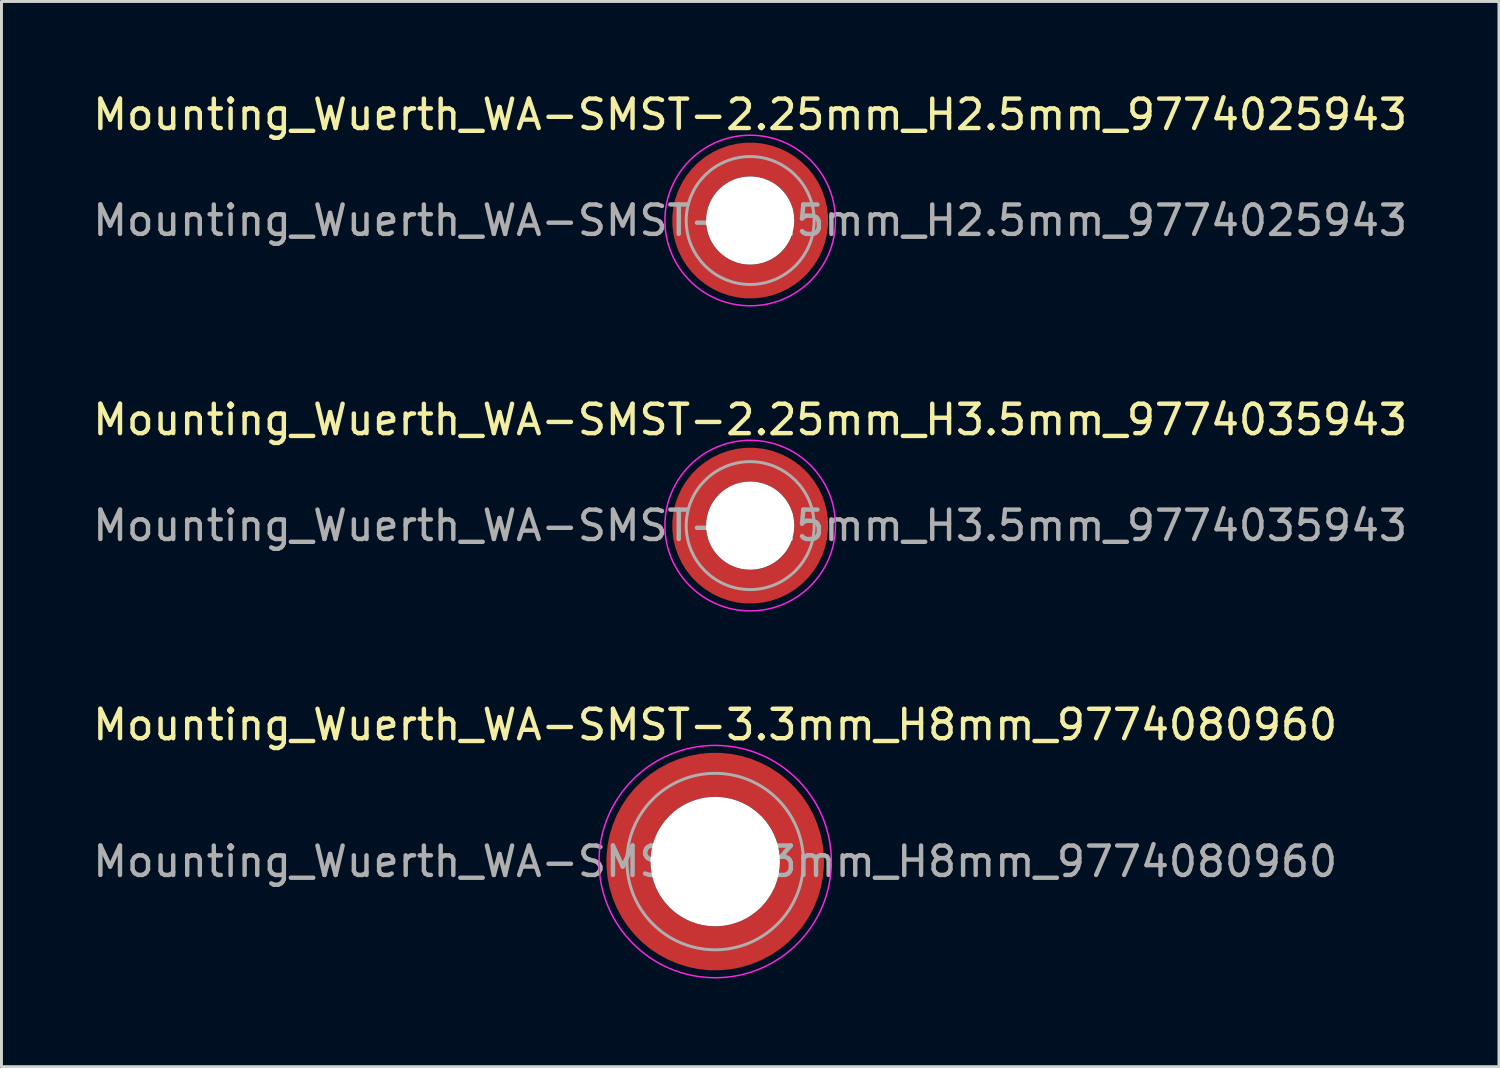
<source format=kicad_pcb>
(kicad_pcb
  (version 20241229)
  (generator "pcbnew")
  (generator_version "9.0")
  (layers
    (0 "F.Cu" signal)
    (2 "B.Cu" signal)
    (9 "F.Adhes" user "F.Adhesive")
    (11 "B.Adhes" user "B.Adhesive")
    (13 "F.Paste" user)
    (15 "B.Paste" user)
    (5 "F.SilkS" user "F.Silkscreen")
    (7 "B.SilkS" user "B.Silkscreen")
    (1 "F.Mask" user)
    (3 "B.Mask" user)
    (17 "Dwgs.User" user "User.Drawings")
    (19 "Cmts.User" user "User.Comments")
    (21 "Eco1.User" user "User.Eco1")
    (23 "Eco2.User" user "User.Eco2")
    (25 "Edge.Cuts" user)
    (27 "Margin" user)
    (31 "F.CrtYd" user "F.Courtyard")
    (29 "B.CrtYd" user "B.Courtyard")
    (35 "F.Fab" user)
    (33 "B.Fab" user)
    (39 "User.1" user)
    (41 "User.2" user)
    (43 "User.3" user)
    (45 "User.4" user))
  (footprint "Mounting_Wuerth_WA-SMST-2.25mm_H3.5mm_9774035943"
    (layer "F.Cu")
    (at 22.458 14.822)
    (property "Reference" "Mounting_Wuerth_WA-SMST-2.25mm_H3.5mm_9774035943" (at 0 -3.6 0) (layer "F.SilkS") (effects (font (size 1 1) (thickness 0.15))))
    (attr smd allow_soldermask_bridges)
    (fp_circle (center 0 0) (end 2.9 0) (stroke (width 0.05) (type solid)) (fill no) (layer "F.CrtYd"))
    (fp_circle (center 0 0) (end 2.175 0) (stroke (width 0.1) (type solid)) (fill no) (layer "F.Fab"))
    (fp_text user "${REFERENCE}" (at 0 0 0) (layer "F.Fab") (effects (font (size 1 1) (thickness 0.15))))
    (pad "" smd custom (at -1.453 -1.453) (size 0.505 0.505) (layers "F.Paste") (options (anchor circle)) (primitives (gr_arc (start -0.147677 1.053104) (mid 0.286378 0.286378) (end 1.053104 -0.147677) (width 0.2)) (gr_arc (start -0.240295 1.053104) (mid 0.222739 0.222739) (end 1.053104 -0.240295) (width 0.2)) (gr_arc (start -0.332645 1.053104) (mid 0.159099 0.159099) (end 1.053104 -0.332645) (width 0.2)) (gr_arc (start -0.424767 1.053104) (mid 0.095459 0.095459) (end 1.053104 -0.424767) (width 0.2)) (gr_arc (start -0.516693 1.053104) (mid 0.03182 0.03182) (end 1.053104 -0.516693) (width 0.2)) (gr_arc (start -0.608448 1.053104) (mid -0.03182 -0.03182) (end 1.053104 -0.608448) (width 0.2)) (gr_arc (start -0.700056 1.053104) (mid -0.095459 -0.095459) (end 1.053104 -0.700056) (width 0.2)) (gr_arc (start -0.791534 1.053104) (mid -0.159099 -0.159099) (end 1.053104 -0.791534) (width 0.2)) (gr_arc (start -0.882896 1.053104) (mid -0.222739 -0.222739) (end 1.053104 -0.882896) (width 0.2)) (gr_arc (start -0.974157 1.053104) (mid -0.286378 -0.286378) (end 1.053104 -0.974157) (width 0.2)) (gr_line (start 1.053 -0.148) (end 1.053 -0.974) (width 0.2)) (gr_line (start -0.148 1.053) (end -0.974 1.053) (width 0.2))))
    (pad "" smd custom (at -1.453 1.453) (size 0.505 0.505) (layers "F.Paste") (options (anchor circle)) (primitives (gr_arc (start 1.053104 0.147677) (mid 0.286378 -0.286378) (end -0.147677 -1.053104) (width 0.2)) (gr_arc (start 1.053104 0.240295) (mid 0.222739 -0.222739) (end -0.240295 -1.053104) (width 0.2)) (gr_arc (start 1.053104 0.332645) (mid 0.159099 -0.159099) (end -0.332645 -1.053104) (width 0.2)) (gr_arc (start 1.053104 0.424767) (mid 0.095459 -0.095459) (end -0.424767 -1.053104) (width 0.2)) (gr_arc (start 1.053104 0.516693) (mid 0.03182 -0.03182) (end -0.516693 -1.053104) (width 0.2)) (gr_arc (start 1.053104 0.608448) (mid -0.03182 0.03182) (end -0.608448 -1.053104) (width 0.2)) (gr_arc (start 1.053104 0.700056) (mid -0.095459 0.095459) (end -0.700056 -1.053104) (width 0.2)) (gr_arc (start 1.053104 0.791534) (mid -0.159099 0.159099) (end -0.791534 -1.053104) (width 0.2)) (gr_arc (start 1.053104 0.882896) (mid -0.222739 0.222739) (end -0.882896 -1.053104) (width 0.2)) (gr_arc (start 1.053104 0.974157) (mid -0.286378 0.286378) (end -0.974157 -1.053104) (width 0.2)) (gr_line (start -0.148 -1.053) (end -0.974 -1.053) (width 0.2)) (gr_line (start 1.053 0.148) (end 1.053 0.974) (width 0.2))))
    (pad "" np_thru_hole circle (at 0 0) (size 3 3) (drill 3) (layers "*.Cu" "*.Mask"))
    (pad "" smd custom (at 1.453 -1.453) (size 0.505 0.505) (layers "F.Paste") (options (anchor circle)) (primitives (gr_arc (start -1.053104 -0.147677) (mid -0.286378 0.286378) (end 0.147677 1.053104) (width 0.2)) (gr_arc (start -1.053104 -0.240295) (mid -0.222739 0.222739) (end 0.240295 1.053104) (width 0.2)) (gr_arc (start -1.053104 -0.332645) (mid -0.159099 0.159099) (end 0.332645 1.053104) (width 0.2)) (gr_arc (start -1.053104 -0.424767) (mid -0.095459 0.095459) (end 0.424767 1.053104) (width 0.2)) (gr_arc (start -1.053104 -0.516693) (mid -0.03182 0.03182) (end 0.516693 1.053104) (width 0.2)) (gr_arc (start -1.053104 -0.608448) (mid 0.03182 -0.03182) (end 0.608448 1.053104) (width 0.2)) (gr_arc (start -1.053104 -0.700056) (mid 0.095459 -0.095459) (end 0.700056 1.053104) (width 0.2)) (gr_arc (start -1.053104 -0.791534) (mid 0.159099 -0.159099) (end 0.791534 1.053104) (width 0.2)) (gr_arc (start -1.053104 -0.882896) (mid 0.222739 -0.222739) (end 0.882896 1.053104) (width 0.2)) (gr_arc (start -1.053104 -0.974157) (mid 0.286378 -0.286378) (end 0.974157 1.053104) (width 0.2)) (gr_line (start 0.148 1.053) (end 0.974 1.053) (width 0.2)) (gr_line (start -1.053 -0.148) (end -1.053 -0.974) (width 0.2))))
    (pad "" smd custom (at 1.453 1.453) (size 0.505 0.505) (layers "F.Paste") (options (anchor circle)) (primitives (gr_arc (start 0.147677 -1.053104) (mid -0.286378 -0.286378) (end -1.053104 0.147677) (width 0.2)) (gr_arc (start 0.240295 -1.053104) (mid -0.222739 -0.222739) (end -1.053104 0.240295) (width 0.2)) (gr_arc (start 0.332645 -1.053104) (mid -0.159099 -0.159099) (end -1.053104 0.332645) (width 0.2)) (gr_arc (start 0.424767 -1.053104) (mid -0.095459 -0.095459) (end -1.053104 0.424767) (width 0.2)) (gr_arc (start 0.516693 -1.053104) (mid -0.03182 -0.03182) (end -1.053104 0.516693) (width 0.2)) (gr_arc (start 0.608448 -1.053104) (mid 0.03182 0.03182) (end -1.053104 0.608448) (width 0.2)) (gr_arc (start 0.700056 -1.053104) (mid 0.095459 0.095459) (end -1.053104 0.700056) (width 0.2)) (gr_arc (start 0.791534 -1.053104) (mid 0.159099 0.159099) (end -1.053104 0.791534) (width 0.2)) (gr_arc (start 0.882896 -1.053104) (mid 0.222739 0.222739) (end -1.053104 0.882896) (width 0.2)) (gr_arc (start 0.974157 -1.053104) (mid 0.286378 0.286378) (end -1.053104 0.974157) (width 0.2)) (gr_line (start -1.053 0.148) (end -1.053 0.974) (width 0.2)) (gr_line (start 0.148 -1.053) (end 0.974 -1.053) (width 0.2))))
    (pad "1" smd circle (at -2.075 0) (size 0.642 0.642) (layers "F.Cu"))
    (pad "1" smd circle (at 0 -2.075) (size 0.642 0.642) (layers "F.Cu"))
    (pad "1" smd circle (at 0 2.075) (size 0.642 0.642) (layers "F.Cu"))
    (pad "1" smd custom (at 2.075 0) (size 1.15 1.15) (layers "F.Cu" "F.Mask") (options (anchor circle)) (primitives (gr_circle (center -2.075 0) (end 0 0) (width 1.15) (fill no)))))
  (footprint "Mounting_Wuerth_WA-SMST-2.25mm_H2.5mm_9774025943"
    (layer "F.Cu")
    (at 22.458 4.448)
    (property "Reference" "Mounting_Wuerth_WA-SMST-2.25mm_H2.5mm_9774025943" (at 0 -3.6 0) (layer "F.SilkS") (effects (font (size 1 1) (thickness 0.15))))
    (attr smd allow_soldermask_bridges)
    (fp_circle (center 0 0) (end 2.9 0) (stroke (width 0.05) (type solid)) (fill no) (layer "F.CrtYd"))
    (fp_circle (center 0 0) (end 2.175 0) (stroke (width 0.1) (type solid)) (fill no) (layer "F.Fab"))
    (fp_text user "${REFERENCE}" (at 0 0 0) (layer "F.Fab") (effects (font (size 1 1) (thickness 0.15))))
    (pad "" smd custom (at -1.453 -1.453) (size 0.505 0.505) (layers "F.Paste") (options (anchor circle)) (primitives (gr_arc (start -0.147677 1.053104) (mid 0.286378 0.286378) (end 1.053104 -0.147677) (width 0.2)) (gr_arc (start -0.240295 1.053104) (mid 0.222739 0.222739) (end 1.053104 -0.240295) (width 0.2)) (gr_arc (start -0.332645 1.053104) (mid 0.159099 0.159099) (end 1.053104 -0.332645) (width 0.2)) (gr_arc (start -0.424767 1.053104) (mid 0.095459 0.095459) (end 1.053104 -0.424767) (width 0.2)) (gr_arc (start -0.516693 1.053104) (mid 0.03182 0.03182) (end 1.053104 -0.516693) (width 0.2)) (gr_arc (start -0.608448 1.053104) (mid -0.03182 -0.03182) (end 1.053104 -0.608448) (width 0.2)) (gr_arc (start -0.700056 1.053104) (mid -0.095459 -0.095459) (end 1.053104 -0.700056) (width 0.2)) (gr_arc (start -0.791534 1.053104) (mid -0.159099 -0.159099) (end 1.053104 -0.791534) (width 0.2)) (gr_arc (start -0.882896 1.053104) (mid -0.222739 -0.222739) (end 1.053104 -0.882896) (width 0.2)) (gr_arc (start -0.974157 1.053104) (mid -0.286378 -0.286378) (end 1.053104 -0.974157) (width 0.2)) (gr_line (start 1.053 -0.148) (end 1.053 -0.974) (width 0.2)) (gr_line (start -0.148 1.053) (end -0.974 1.053) (width 0.2))))
    (pad "" smd custom (at -1.453 1.453) (size 0.505 0.505) (layers "F.Paste") (options (anchor circle)) (primitives (gr_arc (start 1.053104 0.147677) (mid 0.286378 -0.286378) (end -0.147677 -1.053104) (width 0.2)) (gr_arc (start 1.053104 0.240295) (mid 0.222739 -0.222739) (end -0.240295 -1.053104) (width 0.2)) (gr_arc (start 1.053104 0.332645) (mid 0.159099 -0.159099) (end -0.332645 -1.053104) (width 0.2)) (gr_arc (start 1.053104 0.424767) (mid 0.095459 -0.095459) (end -0.424767 -1.053104) (width 0.2)) (gr_arc (start 1.053104 0.516693) (mid 0.03182 -0.03182) (end -0.516693 -1.053104) (width 0.2)) (gr_arc (start 1.053104 0.608448) (mid -0.03182 0.03182) (end -0.608448 -1.053104) (width 0.2)) (gr_arc (start 1.053104 0.700056) (mid -0.095459 0.095459) (end -0.700056 -1.053104) (width 0.2)) (gr_arc (start 1.053104 0.791534) (mid -0.159099 0.159099) (end -0.791534 -1.053104) (width 0.2)) (gr_arc (start 1.053104 0.882896) (mid -0.222739 0.222739) (end -0.882896 -1.053104) (width 0.2)) (gr_arc (start 1.053104 0.974157) (mid -0.286378 0.286378) (end -0.974157 -1.053104) (width 0.2)) (gr_line (start -0.148 -1.053) (end -0.974 -1.053) (width 0.2)) (gr_line (start 1.053 0.148) (end 1.053 0.974) (width 0.2))))
    (pad "" np_thru_hole circle (at 0 0) (size 3 3) (drill 3) (layers "*.Cu" "*.Mask"))
    (pad "" smd custom (at 1.453 -1.453) (size 0.505 0.505) (layers "F.Paste") (options (anchor circle)) (primitives (gr_arc (start -1.053104 -0.147677) (mid -0.286378 0.286378) (end 0.147677 1.053104) (width 0.2)) (gr_arc (start -1.053104 -0.240295) (mid -0.222739 0.222739) (end 0.240295 1.053104) (width 0.2)) (gr_arc (start -1.053104 -0.332645) (mid -0.159099 0.159099) (end 0.332645 1.053104) (width 0.2)) (gr_arc (start -1.053104 -0.424767) (mid -0.095459 0.095459) (end 0.424767 1.053104) (width 0.2)) (gr_arc (start -1.053104 -0.516693) (mid -0.03182 0.03182) (end 0.516693 1.053104) (width 0.2)) (gr_arc (start -1.053104 -0.608448) (mid 0.03182 -0.03182) (end 0.608448 1.053104) (width 0.2)) (gr_arc (start -1.053104 -0.700056) (mid 0.095459 -0.095459) (end 0.700056 1.053104) (width 0.2)) (gr_arc (start -1.053104 -0.791534) (mid 0.159099 -0.159099) (end 0.791534 1.053104) (width 0.2)) (gr_arc (start -1.053104 -0.882896) (mid 0.222739 -0.222739) (end 0.882896 1.053104) (width 0.2)) (gr_arc (start -1.053104 -0.974157) (mid 0.286378 -0.286378) (end 0.974157 1.053104) (width 0.2)) (gr_line (start 0.148 1.053) (end 0.974 1.053) (width 0.2)) (gr_line (start -1.053 -0.148) (end -1.053 -0.974) (width 0.2))))
    (pad "" smd custom (at 1.453 1.453) (size 0.505 0.505) (layers "F.Paste") (options (anchor circle)) (primitives (gr_arc (start 0.147677 -1.053104) (mid -0.286378 -0.286378) (end -1.053104 0.147677) (width 0.2)) (gr_arc (start 0.240295 -1.053104) (mid -0.222739 -0.222739) (end -1.053104 0.240295) (width 0.2)) (gr_arc (start 0.332645 -1.053104) (mid -0.159099 -0.159099) (end -1.053104 0.332645) (width 0.2)) (gr_arc (start 0.424767 -1.053104) (mid -0.095459 -0.095459) (end -1.053104 0.424767) (width 0.2)) (gr_arc (start 0.516693 -1.053104) (mid -0.03182 -0.03182) (end -1.053104 0.516693) (width 0.2)) (gr_arc (start 0.608448 -1.053104) (mid 0.03182 0.03182) (end -1.053104 0.608448) (width 0.2)) (gr_arc (start 0.700056 -1.053104) (mid 0.095459 0.095459) (end -1.053104 0.700056) (width 0.2)) (gr_arc (start 0.791534 -1.053104) (mid 0.159099 0.159099) (end -1.053104 0.791534) (width 0.2)) (gr_arc (start 0.882896 -1.053104) (mid 0.222739 0.222739) (end -1.053104 0.882896) (width 0.2)) (gr_arc (start 0.974157 -1.053104) (mid 0.286378 0.286378) (end -1.053104 0.974157) (width 0.2)) (gr_line (start -1.053 0.148) (end -1.053 0.974) (width 0.2)) (gr_line (start 0.148 -1.053) (end 0.974 -1.053) (width 0.2))))
    (pad "1" smd circle (at -2.075 0) (size 0.642 0.642) (layers "F.Cu"))
    (pad "1" smd circle (at 0 -2.075) (size 0.642 0.642) (layers "F.Cu"))
    (pad "1" smd circle (at 0 2.075) (size 0.642 0.642) (layers "F.Cu"))
    (pad "1" smd custom (at 2.075 0) (size 1.15 1.15) (layers "F.Cu" "F.Mask") (options (anchor circle)) (primitives (gr_circle (center -2.075 0) (end 0 0) (width 1.15) (fill no)))))
  (footprint "Mounting_Wuerth_WA-SMST-3.3mm_H8mm_9774080960"
    (layer "F.Cu")
    (at 21.268 26.245)
    (property "Reference" "Mounting_Wuerth_WA-SMST-3.3mm_H8mm_9774080960" (at 0 -4.65 0) (layer "F.SilkS") (effects (font (size 1 1) (thickness 0.15))))
    (attr smd allow_soldermask_bridges)
    (fp_circle (center 0 0) (end 3.95 0) (stroke (width 0.05) (type solid)) (fill no) (layer "F.CrtYd"))
    (fp_circle (center 0 0) (end 3 0) (stroke (width 0.1) (type solid)) (fill no) (layer "F.Fab"))
    (fp_text user "${REFERENCE}" (at 0 0 0) (layer "F.Fab") (effects (font (size 1 1) (thickness 0.15))))
    (pad "" smd custom (at -2.058 -2.058) (size 0.55 0.55) (layers "F.Paste") (options (anchor circle)) (primitives (gr_arc (start -0.377294 1.707681) (mid 0.318198 0.318198) (end 1.707681 -0.377294) (width 0.2)) (gr_arc (start -0.478281 1.707681) (mid 0.247487 0.247487) (end 1.707681 -0.478281) (width 0.2)) (gr_arc (start -0.579192 1.707681) (mid 0.176777 0.176777) (end 1.707681 -0.579192) (width 0.2)) (gr_arc (start -0.680037 1.707681) (mid 0.106066 0.106066) (end 1.707681 -0.680037) (width 0.2)) (gr_arc (start -0.780822 1.707681) (mid 0.035355 0.035355) (end 1.707681 -0.780822) (width 0.2)) (gr_arc (start -0.881554 1.707681) (mid -0.035355 -0.035355) (end 1.707681 -0.881554) (width 0.2)) (gr_arc (start -0.982237 1.707681) (mid -0.106066 -0.106066) (end 1.707681 -0.982237) (width 0.2)) (gr_arc (start -1.082877 1.707681) (mid -0.176777 -0.176777) (end 1.707681 -1.082877) (width 0.2)) (gr_arc (start -1.183476 1.707681) (mid -0.247487 -0.247487) (end 1.707681 -1.183476) (width 0.2)) (gr_arc (start -1.28404 1.707681) (mid -0.318198 -0.318198) (end 1.707681 -1.28404) (width 0.2)) (gr_line (start 1.708 -0.377) (end 1.708 -1.284) (width 0.2)) (gr_line (start -0.377 1.708) (end -1.284 1.708) (width 0.2))))
    (pad "" smd custom (at -2.058 2.058) (size 0.55 0.55) (layers "F.Paste") (options (anchor circle)) (primitives (gr_arc (start 1.707681 0.377294) (mid 0.318198 -0.318198) (end -0.377294 -1.707681) (width 0.2)) (gr_arc (start 1.707681 0.478281) (mid 0.247487 -0.247487) (end -0.478281 -1.707681) (width 0.2)) (gr_arc (start 1.707681 0.579192) (mid 0.176777 -0.176777) (end -0.579192 -1.707681) (width 0.2)) (gr_arc (start 1.707681 0.680037) (mid 0.106066 -0.106066) (end -0.680037 -1.707681) (width 0.2)) (gr_arc (start 1.707681 0.780822) (mid 0.035355 -0.035355) (end -0.780822 -1.707681) (width 0.2)) (gr_arc (start 1.707681 0.881554) (mid -0.035355 0.035355) (end -0.881554 -1.707681) (width 0.2)) (gr_arc (start 1.707681 0.982237) (mid -0.106066 0.106066) (end -0.982237 -1.707681) (width 0.2)) (gr_arc (start 1.707681 1.082877) (mid -0.176777 0.176777) (end -1.082877 -1.707681) (width 0.2)) (gr_arc (start 1.707681 1.183476) (mid -0.247487 0.247487) (end -1.183476 -1.707681) (width 0.2)) (gr_arc (start 1.707681 1.28404) (mid -0.318198 0.318198) (end -1.28404 -1.707681) (width 0.2)) (gr_line (start -0.377 -1.708) (end -1.284 -1.708) (width 0.2)) (gr_line (start 1.708 0.377) (end 1.708 1.284) (width 0.2))))
    (pad "" np_thru_hole circle (at 0 0) (size 4.4 4.4) (drill 4.4) (layers "*.Cu" "*.Mask"))
    (pad "" smd custom (at 2.058 -2.058) (size 0.55 0.55) (layers "F.Paste") (options (anchor circle)) (primitives (gr_arc (start -1.707681 -0.377294) (mid -0.318198 0.318198) (end 0.377294 1.707681) (width 0.2)) (gr_arc (start -1.707681 -0.478281) (mid -0.247487 0.247487) (end 0.478281 1.707681) (width 0.2)) (gr_arc (start -1.707681 -0.579192) (mid -0.176777 0.176777) (end 0.579192 1.707681) (width 0.2)) (gr_arc (start -1.707681 -0.680037) (mid -0.106066 0.106066) (end 0.680037 1.707681) (width 0.2)) (gr_arc (start -1.707681 -0.780822) (mid -0.035355 0.035355) (end 0.780822 1.707681) (width 0.2)) (gr_arc (start -1.707681 -0.881554) (mid 0.035355 -0.035355) (end 0.881554 1.707681) (width 0.2)) (gr_arc (start -1.707681 -0.982237) (mid 0.106066 -0.106066) (end 0.982237 1.707681) (width 0.2)) (gr_arc (start -1.707681 -1.082877) (mid 0.176777 -0.176777) (end 1.082877 1.707681) (width 0.2)) (gr_arc (start -1.707681 -1.183476) (mid 0.247487 -0.247487) (end 1.183476 1.707681) (width 0.2)) (gr_arc (start -1.707681 -1.28404) (mid 0.318198 -0.318198) (end 1.28404 1.707681) (width 0.2)) (gr_line (start 0.377 1.708) (end 1.284 1.708) (width 0.2)) (gr_line (start -1.708 -0.377) (end -1.708 -1.284) (width 0.2))))
    (pad "" smd custom (at 2.058 2.058) (size 0.55 0.55) (layers "F.Paste") (options (anchor circle)) (primitives (gr_arc (start 0.377294 -1.707681) (mid -0.318198 -0.318198) (end -1.707681 0.377294) (width 0.2)) (gr_arc (start 0.478281 -1.707681) (mid -0.247487 -0.247487) (end -1.707681 0.478281) (width 0.2)) (gr_arc (start 0.579192 -1.707681) (mid -0.176777 -0.176777) (end -1.707681 0.579192) (width 0.2)) (gr_arc (start 0.680037 -1.707681) (mid -0.106066 -0.106066) (end -1.707681 0.680037) (width 0.2)) (gr_arc (start 0.780822 -1.707681) (mid -0.035355 -0.035355) (end -1.707681 0.780822) (width 0.2)) (gr_arc (start 0.881554 -1.707681) (mid 0.035355 0.035355) (end -1.707681 0.881554) (width 0.2)) (gr_arc (start 0.982237 -1.707681) (mid 0.106066 0.106066) (end -1.707681 0.982237) (width 0.2)) (gr_arc (start 1.082877 -1.707681) (mid 0.176777 0.176777) (end -1.707681 1.082877) (width 0.2)) (gr_arc (start 1.183476 -1.707681) (mid 0.247487 0.247487) (end -1.707681 1.183476) (width 0.2)) (gr_arc (start 1.28404 -1.707681) (mid 0.318198 0.318198) (end -1.707681 1.28404) (width 0.2)) (gr_line (start -1.708 0.377) (end -1.708 1.284) (width 0.2)) (gr_line (start 0.377 -1.708) (end 1.284 -1.708) (width 0.2))))
    (pad "1" smd circle (at -2.95 0) (size 0.992 0.992) (layers "F.Cu"))
    (pad "1" smd circle (at 0 -2.95) (size 0.992 0.992) (layers "F.Cu"))
    (pad "1" smd circle (at 0 2.95) (size 0.992 0.992) (layers "F.Cu"))
    (pad "1" smd custom (at 2.95 0) (size 1.5 1.5) (layers "F.Cu" "F.Mask") (options (anchor circle)) (primitives (gr_circle (center -2.95 0) (end 0 0) (width 1.5) (fill no)))))
  (gr_rect
    (start -3 -3)
    (end 47.917 33.22)
    (stroke (width 0.1) (type default))
    (fill no)
    (layer "Edge.Cuts")))
</source>
